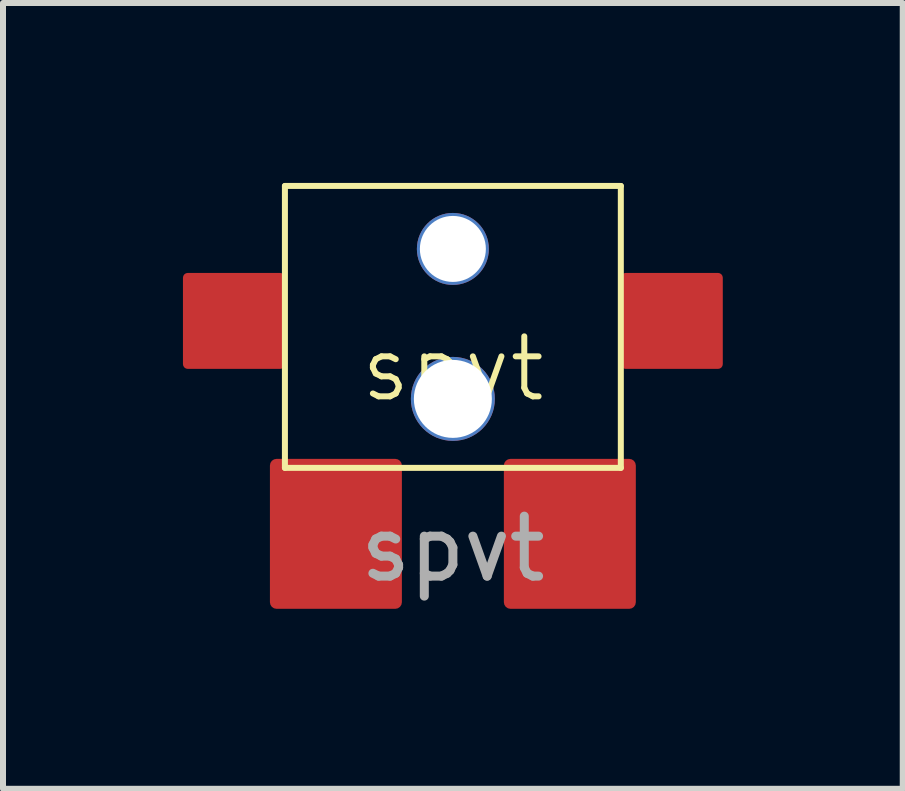
<source format=kicad_pcb>
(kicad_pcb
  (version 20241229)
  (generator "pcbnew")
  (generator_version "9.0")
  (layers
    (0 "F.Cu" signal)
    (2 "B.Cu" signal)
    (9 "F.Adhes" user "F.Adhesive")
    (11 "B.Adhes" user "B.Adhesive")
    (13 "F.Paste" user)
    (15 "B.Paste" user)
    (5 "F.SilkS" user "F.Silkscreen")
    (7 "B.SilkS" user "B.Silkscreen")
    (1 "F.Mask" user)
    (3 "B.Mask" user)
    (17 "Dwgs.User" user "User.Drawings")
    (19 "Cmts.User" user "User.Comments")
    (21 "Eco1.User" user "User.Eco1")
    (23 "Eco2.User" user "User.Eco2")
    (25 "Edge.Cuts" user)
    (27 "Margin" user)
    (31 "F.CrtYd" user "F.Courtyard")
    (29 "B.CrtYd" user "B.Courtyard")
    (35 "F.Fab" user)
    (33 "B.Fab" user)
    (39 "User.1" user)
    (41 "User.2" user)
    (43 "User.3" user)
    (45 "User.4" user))
  (footprint "spvt"
    (layer "F.Cu")
    (at 4.5 1.1)
    (property "Reference" "spvt" (at 0 2 0) (unlocked yes) (layer "F.SilkS") (effects (font (size 1 1) (thickness 0.1))))
    (attr smd)
    (fp_line (start -2.8 -1.05) (end -2.8 3.65) (stroke (width 0.1) (type default)) (layer "F.SilkS"))
    (fp_line (start -2.8 -1.05) (end 2.8 -1.05) (stroke (width 0.1) (type default)) (layer "F.SilkS"))
    (fp_line (start 2.8 3.65) (end -2.8 3.65) (stroke (width 0.1) (type default)) (layer "F.SilkS"))
    (fp_line (start 2.8 3.65) (end 2.8 -1.05) (stroke (width 0.1) (type default)) (layer "F.SilkS"))
    (fp_text user "${REFERENCE}" (at 0 5 0) (unlocked yes) (layer "F.Fab") (effects (font (size 1 1) (thickness 0.15))))
    (pad "1" smd roundrect (at -3.65 1.2) (size 1.7 1.6) (layers "F.Cu" "F.Mask" "F.Paste") (roundrect_rratio 0.05))
    (pad "1" smd roundrect (at 1.95 4.75) (size 2.2 2.5) (layers "F.Cu" "F.Mask" "F.Paste") (roundrect_rratio 0.05))
    (pad "1" smd roundrect (at 3.65 1.2) (size 1.7 1.6) (layers "F.Cu" "F.Mask" "F.Paste") (roundrect_rratio 0.05))
    (pad "2" smd roundrect (at -1.95 4.75) (size 2.2 2.5) (layers "F.Cu" "F.Mask" "F.Paste") (roundrect_rratio 0.05))
    (pad "NC" thru_hole circle (at 0 0) (size 1.2 1.2) (drill 1.1) (layers "*.Cu" "*.Mask"))
    (pad "NC" thru_hole circle (at 0 2.5) (size 1.4 1.4) (drill 1.3) (layers "*.Cu" "*.Mask")))
  (gr_rect
    (start -3 -3)
    (end 12 10.1)
    (stroke (width 0.1) (type default))
    (fill no)
    (layer "Edge.Cuts")))
</source>
